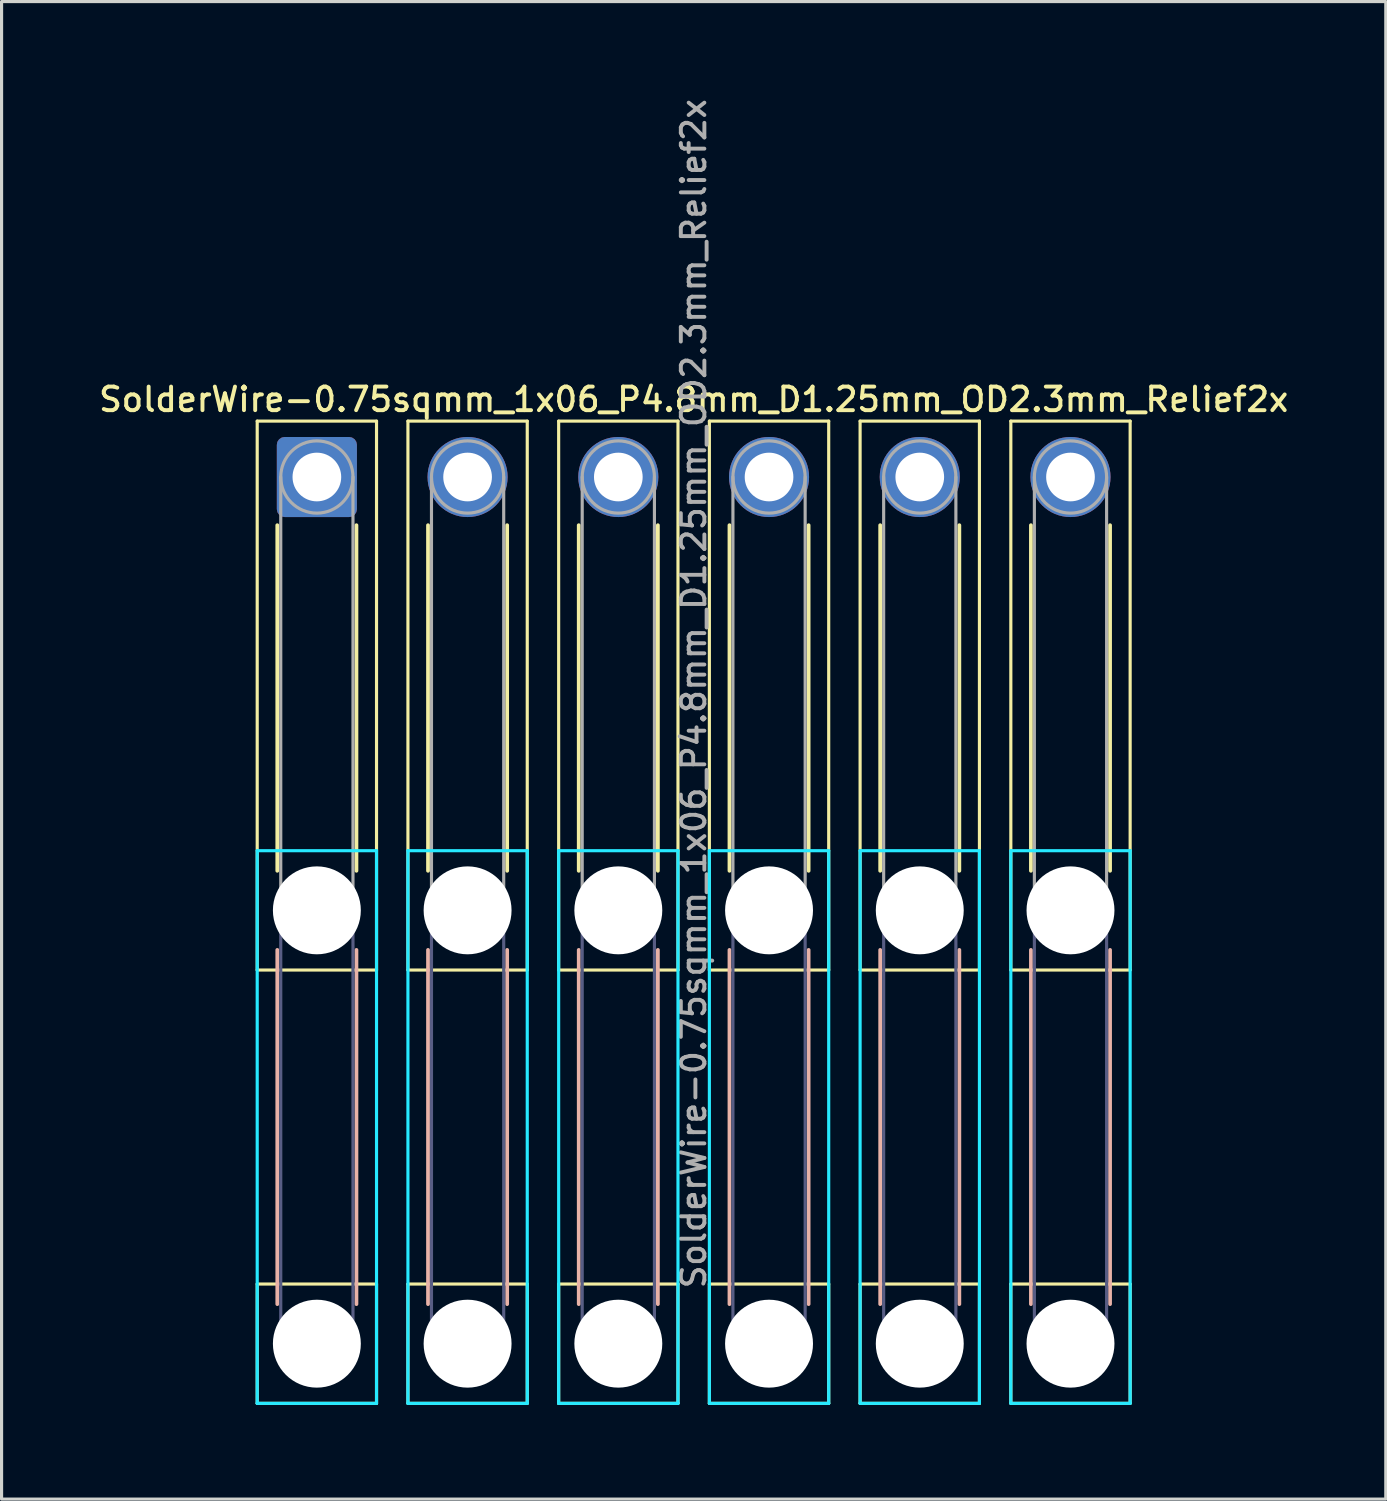
<source format=kicad_pcb>
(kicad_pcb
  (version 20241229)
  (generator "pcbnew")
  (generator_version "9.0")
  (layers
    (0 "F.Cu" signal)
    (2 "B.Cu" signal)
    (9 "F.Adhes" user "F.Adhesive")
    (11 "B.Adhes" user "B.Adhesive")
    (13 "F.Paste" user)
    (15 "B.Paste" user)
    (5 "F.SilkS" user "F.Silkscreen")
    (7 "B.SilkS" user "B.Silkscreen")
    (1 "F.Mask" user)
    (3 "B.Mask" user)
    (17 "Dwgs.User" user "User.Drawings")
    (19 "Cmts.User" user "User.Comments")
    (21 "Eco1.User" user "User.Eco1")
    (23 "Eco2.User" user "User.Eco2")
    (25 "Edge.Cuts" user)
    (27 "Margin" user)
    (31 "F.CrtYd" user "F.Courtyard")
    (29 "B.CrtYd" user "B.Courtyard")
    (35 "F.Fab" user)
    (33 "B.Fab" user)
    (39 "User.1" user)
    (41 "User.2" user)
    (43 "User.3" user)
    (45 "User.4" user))
  (footprint "SolderWire-0.75sqmm_1x06_P4.8mm_D1.25mm_OD2.3mm_Relief2x"
    (layer "F.Cu")
    (at 7.041 12.141)
    (property "Reference" "SolderWire-0.75sqmm_1x06_P4.8mm_D1.25mm_OD2.3mm_Relief2x" (at 12 -2.47 0) (layer "F.SilkS") (effects (font (size 0.75 0.75) (thickness 0.125))))
    (attr exclude_from_pos_files exclude_from_bom)
    (fp_line (start -1.9 -1.78) (end -1.9 15.7) (stroke (width 0.1) (type solid)) (layer "F.SilkS"))
    (fp_line (start -1.9 15.7) (end 1.9 15.7) (stroke (width 0.1) (type solid)) (layer "F.SilkS"))
    (fp_line (start -1.9 25.7) (end -1.9 29.5) (stroke (width 0.1) (type solid)) (layer "F.SilkS"))
    (fp_line (start -1.9 29.5) (end 1.9 29.5) (stroke (width 0.1) (type solid)) (layer "F.SilkS"))
    (fp_line (start -1.26 1.535) (end -1.26 12.54) (stroke (width 0.12) (type solid)) (layer "F.SilkS"))
    (fp_line (start 1.26 1.535) (end 1.26 12.54) (stroke (width 0.12) (type solid)) (layer "F.SilkS"))
    (fp_line (start 1.9 -1.78) (end -1.9 -1.78) (stroke (width 0.1) (type solid)) (layer "F.SilkS"))
    (fp_line (start 1.9 15.7) (end 1.9 -1.78) (stroke (width 0.1) (type solid)) (layer "F.SilkS"))
    (fp_line (start 1.9 25.7) (end -1.9 25.7) (stroke (width 0.1) (type solid)) (layer "F.SilkS"))
    (fp_line (start 1.9 29.5) (end 1.9 25.7) (stroke (width 0.1) (type solid)) (layer "F.SilkS"))
    (fp_line (start 2.9 -1.78) (end 2.9 15.7) (stroke (width 0.1) (type solid)) (layer "F.SilkS"))
    (fp_line (start 2.9 15.7) (end 6.7 15.7) (stroke (width 0.1) (type solid)) (layer "F.SilkS"))
    (fp_line (start 2.9 25.7) (end 2.9 29.5) (stroke (width 0.1) (type solid)) (layer "F.SilkS"))
    (fp_line (start 2.9 29.5) (end 6.7 29.5) (stroke (width 0.1) (type solid)) (layer "F.SilkS"))
    (fp_line (start 3.54 1.535) (end 3.54 12.54) (stroke (width 0.12) (type solid)) (layer "F.SilkS"))
    (fp_line (start 6.06 1.535) (end 6.06 12.54) (stroke (width 0.12) (type solid)) (layer "F.SilkS"))
    (fp_line (start 6.7 -1.78) (end 2.9 -1.78) (stroke (width 0.1) (type solid)) (layer "F.SilkS"))
    (fp_line (start 6.7 15.7) (end 6.7 -1.78) (stroke (width 0.1) (type solid)) (layer "F.SilkS"))
    (fp_line (start 6.7 25.7) (end 2.9 25.7) (stroke (width 0.1) (type solid)) (layer "F.SilkS"))
    (fp_line (start 6.7 29.5) (end 6.7 25.7) (stroke (width 0.1) (type solid)) (layer "F.SilkS"))
    (fp_line (start 7.7 -1.78) (end 7.7 15.7) (stroke (width 0.1) (type solid)) (layer "F.SilkS"))
    (fp_line (start 7.7 15.7) (end 11.5 15.7) (stroke (width 0.1) (type solid)) (layer "F.SilkS"))
    (fp_line (start 7.7 25.7) (end 7.7 29.5) (stroke (width 0.1) (type solid)) (layer "F.SilkS"))
    (fp_line (start 7.7 29.5) (end 11.5 29.5) (stroke (width 0.1) (type solid)) (layer "F.SilkS"))
    (fp_line (start 8.34 1.535) (end 8.34 12.54) (stroke (width 0.12) (type solid)) (layer "F.SilkS"))
    (fp_line (start 10.86 1.535) (end 10.86 12.54) (stroke (width 0.12) (type solid)) (layer "F.SilkS"))
    (fp_line (start 11.5 -1.78) (end 7.7 -1.78) (stroke (width 0.1) (type solid)) (layer "F.SilkS"))
    (fp_line (start 11.5 15.7) (end 11.5 -1.78) (stroke (width 0.1) (type solid)) (layer "F.SilkS"))
    (fp_line (start 11.5 25.7) (end 7.7 25.7) (stroke (width 0.1) (type solid)) (layer "F.SilkS"))
    (fp_line (start 11.5 29.5) (end 11.5 25.7) (stroke (width 0.1) (type solid)) (layer "F.SilkS"))
    (fp_line (start 12.5 -1.78) (end 12.5 15.7) (stroke (width 0.1) (type solid)) (layer "F.SilkS"))
    (fp_line (start 12.5 15.7) (end 16.3 15.7) (stroke (width 0.1) (type solid)) (layer "F.SilkS"))
    (fp_line (start 12.5 25.7) (end 12.5 29.5) (stroke (width 0.1) (type solid)) (layer "F.SilkS"))
    (fp_line (start 12.5 29.5) (end 16.3 29.5) (stroke (width 0.1) (type solid)) (layer "F.SilkS"))
    (fp_line (start 13.14 1.535) (end 13.14 12.54) (stroke (width 0.12) (type solid)) (layer "F.SilkS"))
    (fp_line (start 15.66 1.535) (end 15.66 12.54) (stroke (width 0.12) (type solid)) (layer "F.SilkS"))
    (fp_line (start 16.3 -1.78) (end 12.5 -1.78) (stroke (width 0.1) (type solid)) (layer "F.SilkS"))
    (fp_line (start 16.3 15.7) (end 16.3 -1.78) (stroke (width 0.1) (type solid)) (layer "F.SilkS"))
    (fp_line (start 16.3 25.7) (end 12.5 25.7) (stroke (width 0.1) (type solid)) (layer "F.SilkS"))
    (fp_line (start 16.3 29.5) (end 16.3 25.7) (stroke (width 0.1) (type solid)) (layer "F.SilkS"))
    (fp_line (start 17.3 -1.78) (end 17.3 15.7) (stroke (width 0.1) (type solid)) (layer "F.SilkS"))
    (fp_line (start 17.3 15.7) (end 21.1 15.7) (stroke (width 0.1) (type solid)) (layer "F.SilkS"))
    (fp_line (start 17.3 25.7) (end 17.3 29.5) (stroke (width 0.1) (type solid)) (layer "F.SilkS"))
    (fp_line (start 17.3 29.5) (end 21.1 29.5) (stroke (width 0.1) (type solid)) (layer "F.SilkS"))
    (fp_line (start 17.94 1.535) (end 17.94 12.54) (stroke (width 0.12) (type solid)) (layer "F.SilkS"))
    (fp_line (start 20.46 1.535) (end 20.46 12.54) (stroke (width 0.12) (type solid)) (layer "F.SilkS"))
    (fp_line (start 21.1 -1.78) (end 17.3 -1.78) (stroke (width 0.1) (type solid)) (layer "F.SilkS"))
    (fp_line (start 21.1 15.7) (end 21.1 -1.78) (stroke (width 0.1) (type solid)) (layer "F.SilkS"))
    (fp_line (start 21.1 25.7) (end 17.3 25.7) (stroke (width 0.1) (type solid)) (layer "F.SilkS"))
    (fp_line (start 21.1 29.5) (end 21.1 25.7) (stroke (width 0.1) (type solid)) (layer "F.SilkS"))
    (fp_line (start 22.1 -1.78) (end 22.1 15.7) (stroke (width 0.1) (type solid)) (layer "F.SilkS"))
    (fp_line (start 22.1 15.7) (end 25.9 15.7) (stroke (width 0.1) (type solid)) (layer "F.SilkS"))
    (fp_line (start 22.1 25.7) (end 22.1 29.5) (stroke (width 0.1) (type solid)) (layer "F.SilkS"))
    (fp_line (start 22.1 29.5) (end 25.9 29.5) (stroke (width 0.1) (type solid)) (layer "F.SilkS"))
    (fp_line (start 22.74 1.535) (end 22.74 12.54) (stroke (width 0.12) (type solid)) (layer "F.SilkS"))
    (fp_line (start 25.26 1.535) (end 25.26 12.54) (stroke (width 0.12) (type solid)) (layer "F.SilkS"))
    (fp_line (start 25.9 -1.78) (end 22.1 -1.78) (stroke (width 0.1) (type solid)) (layer "F.SilkS"))
    (fp_line (start 25.9 15.7) (end 25.9 -1.78) (stroke (width 0.1) (type solid)) (layer "F.SilkS"))
    (fp_line (start 25.9 25.7) (end 22.1 25.7) (stroke (width 0.1) (type solid)) (layer "F.SilkS"))
    (fp_line (start 25.9 29.5) (end 25.9 25.7) (stroke (width 0.1) (type solid)) (layer "F.SilkS"))
    (fp_line (start -1.26 15.06) (end -1.26 26.34) (stroke (width 0.12) (type solid)) (layer "B.SilkS"))
    (fp_line (start 1.26 15.06) (end 1.26 26.34) (stroke (width 0.12) (type solid)) (layer "B.SilkS"))
    (fp_line (start 3.54 15.06) (end 3.54 26.34) (stroke (width 0.12) (type solid)) (layer "B.SilkS"))
    (fp_line (start 6.06 15.06) (end 6.06 26.34) (stroke (width 0.12) (type solid)) (layer "B.SilkS"))
    (fp_line (start 8.34 15.06) (end 8.34 26.34) (stroke (width 0.12) (type solid)) (layer "B.SilkS"))
    (fp_line (start 10.86 15.06) (end 10.86 26.34) (stroke (width 0.12) (type solid)) (layer "B.SilkS"))
    (fp_line (start 13.14 15.06) (end 13.14 26.34) (stroke (width 0.12) (type solid)) (layer "B.SilkS"))
    (fp_line (start 15.66 15.06) (end 15.66 26.34) (stroke (width 0.12) (type solid)) (layer "B.SilkS"))
    (fp_line (start 17.94 15.06) (end 17.94 26.34) (stroke (width 0.12) (type solid)) (layer "B.SilkS"))
    (fp_line (start 20.46 15.06) (end 20.46 26.34) (stroke (width 0.12) (type solid)) (layer "B.SilkS"))
    (fp_line (start 22.74 15.06) (end 22.74 26.34) (stroke (width 0.12) (type solid)) (layer "B.SilkS"))
    (fp_line (start 25.26 15.06) (end 25.26 26.34) (stroke (width 0.12) (type solid)) (layer "B.SilkS"))
    (fp_line (start -1.9 11.9) (end -1.9 29.5) (stroke (width 0.1) (type solid)) (layer "B.CrtYd"))
    (fp_line (start -1.9 29.5) (end 1.9 29.5) (stroke (width 0.1) (type solid)) (layer "B.CrtYd"))
    (fp_line (start 1.9 11.9) (end -1.9 11.9) (stroke (width 0.1) (type solid)) (layer "B.CrtYd"))
    (fp_line (start 1.9 29.5) (end 1.9 11.9) (stroke (width 0.1) (type solid)) (layer "B.CrtYd"))
    (fp_line (start 2.9 11.9) (end 2.9 29.5) (stroke (width 0.1) (type solid)) (layer "B.CrtYd"))
    (fp_line (start 2.9 29.5) (end 6.7 29.5) (stroke (width 0.1) (type solid)) (layer "B.CrtYd"))
    (fp_line (start 6.7 11.9) (end 2.9 11.9) (stroke (width 0.1) (type solid)) (layer "B.CrtYd"))
    (fp_line (start 6.7 29.5) (end 6.7 11.9) (stroke (width 0.1) (type solid)) (layer "B.CrtYd"))
    (fp_line (start 7.7 11.9) (end 7.7 29.5) (stroke (width 0.1) (type solid)) (layer "B.CrtYd"))
    (fp_line (start 7.7 29.5) (end 11.5 29.5) (stroke (width 0.1) (type solid)) (layer "B.CrtYd"))
    (fp_line (start 11.5 11.9) (end 7.7 11.9) (stroke (width 0.1) (type solid)) (layer "B.CrtYd"))
    (fp_line (start 11.5 29.5) (end 11.5 11.9) (stroke (width 0.1) (type solid)) (layer "B.CrtYd"))
    (fp_line (start 12.5 11.9) (end 12.5 29.5) (stroke (width 0.1) (type solid)) (layer "B.CrtYd"))
    (fp_line (start 12.5 29.5) (end 16.3 29.5) (stroke (width 0.1) (type solid)) (layer "B.CrtYd"))
    (fp_line (start 16.3 11.9) (end 12.5 11.9) (stroke (width 0.1) (type solid)) (layer "B.CrtYd"))
    (fp_line (start 16.3 29.5) (end 16.3 11.9) (stroke (width 0.1) (type solid)) (layer "B.CrtYd"))
    (fp_line (start 17.3 11.9) (end 17.3 29.5) (stroke (width 0.1) (type solid)) (layer "B.CrtYd"))
    (fp_line (start 17.3 29.5) (end 21.1 29.5) (stroke (width 0.1) (type solid)) (layer "B.CrtYd"))
    (fp_line (start 21.1 11.9) (end 17.3 11.9) (stroke (width 0.1) (type solid)) (layer "B.CrtYd"))
    (fp_line (start 21.1 29.5) (end 21.1 11.9) (stroke (width 0.1) (type solid)) (layer "B.CrtYd"))
    (fp_line (start 22.1 11.9) (end 22.1 29.5) (stroke (width 0.1) (type solid)) (layer "B.CrtYd"))
    (fp_line (start 22.1 29.5) (end 25.9 29.5) (stroke (width 0.1) (type solid)) (layer "B.CrtYd"))
    (fp_line (start 25.9 11.9) (end 22.1 11.9) (stroke (width 0.1) (type solid)) (layer "B.CrtYd"))
    (fp_line (start 25.9 29.5) (end 25.9 11.9) (stroke (width 0.1) (type solid)) (layer "B.CrtYd"))
    (fp_line (start -1.15 13.8) (end -1.15 27.6) (stroke (width 0.1) (type solid)) (layer "B.Fab"))
    (fp_line (start 1.15 13.8) (end 1.15 27.6) (stroke (width 0.1) (type solid)) (layer "B.Fab"))
    (fp_line (start 3.65 13.8) (end 3.65 27.6) (stroke (width 0.1) (type solid)) (layer "B.Fab"))
    (fp_line (start 5.95 13.8) (end 5.95 27.6) (stroke (width 0.1) (type solid)) (layer "B.Fab"))
    (fp_line (start 8.45 13.8) (end 8.45 27.6) (stroke (width 0.1) (type solid)) (layer "B.Fab"))
    (fp_line (start 10.75 13.8) (end 10.75 27.6) (stroke (width 0.1) (type solid)) (layer "B.Fab"))
    (fp_line (start 13.25 13.8) (end 13.25 27.6) (stroke (width 0.1) (type solid)) (layer "B.Fab"))
    (fp_line (start 15.55 13.8) (end 15.55 27.6) (stroke (width 0.1) (type solid)) (layer "B.Fab"))
    (fp_line (start 18.05 13.8) (end 18.05 27.6) (stroke (width 0.1) (type solid)) (layer "B.Fab"))
    (fp_line (start 20.35 13.8) (end 20.35 27.6) (stroke (width 0.1) (type solid)) (layer "B.Fab"))
    (fp_line (start 22.85 13.8) (end 22.85 27.6) (stroke (width 0.1) (type solid)) (layer "B.Fab"))
    (fp_line (start 25.15 13.8) (end 25.15 27.6) (stroke (width 0.1) (type solid)) (layer "B.Fab"))
    (fp_circle (center 0 13.8) (end 1.15 13.8) (stroke (width 0.1) (type solid)) (fill no) (layer "B.Fab"))
    (fp_circle (center 0 27.6) (end 1.15 27.6) (stroke (width 0.1) (type solid)) (fill no) (layer "B.Fab"))
    (fp_circle (center 4.8 13.8) (end 5.95 13.8) (stroke (width 0.1) (type solid)) (fill no) (layer "B.Fab"))
    (fp_circle (center 4.8 27.6) (end 5.95 27.6) (stroke (width 0.1) (type solid)) (fill no) (layer "B.Fab"))
    (fp_circle (center 9.6 13.8) (end 10.75 13.8) (stroke (width 0.1) (type solid)) (fill no) (layer "B.Fab"))
    (fp_circle (center 9.6 27.6) (end 10.75 27.6) (stroke (width 0.1) (type solid)) (fill no) (layer "B.Fab"))
    (fp_circle (center 14.4 13.8) (end 15.55 13.8) (stroke (width 0.1) (type solid)) (fill no) (layer "B.Fab"))
    (fp_circle (center 14.4 27.6) (end 15.55 27.6) (stroke (width 0.1) (type solid)) (fill no) (layer "B.Fab"))
    (fp_circle (center 19.2 13.8) (end 20.35 13.8) (stroke (width 0.1) (type solid)) (fill no) (layer "B.Fab"))
    (fp_circle (center 19.2 27.6) (end 20.35 27.6) (stroke (width 0.1) (type solid)) (fill no) (layer "B.Fab"))
    (fp_circle (center 24 13.8) (end 25.15 13.8) (stroke (width 0.1) (type solid)) (fill no) (layer "B.Fab"))
    (fp_circle (center 24 27.6) (end 25.15 27.6) (stroke (width 0.1) (type solid)) (fill no) (layer "B.Fab"))
    (fp_line (start -1.15 0) (end -1.15 13.8) (stroke (width 0.1) (type solid)) (layer "F.Fab"))
    (fp_line (start 1.15 0) (end 1.15 13.8) (stroke (width 0.1) (type solid)) (layer "F.Fab"))
    (fp_line (start 3.65 0) (end 3.65 13.8) (stroke (width 0.1) (type solid)) (layer "F.Fab"))
    (fp_line (start 5.95 0) (end 5.95 13.8) (stroke (width 0.1) (type solid)) (layer "F.Fab"))
    (fp_line (start 8.45 0) (end 8.45 13.8) (stroke (width 0.1) (type solid)) (layer "F.Fab"))
    (fp_line (start 10.75 0) (end 10.75 13.8) (stroke (width 0.1) (type solid)) (layer "F.Fab"))
    (fp_line (start 13.25 0) (end 13.25 13.8) (stroke (width 0.1) (type solid)) (layer "F.Fab"))
    (fp_line (start 15.55 0) (end 15.55 13.8) (stroke (width 0.1) (type solid)) (layer "F.Fab"))
    (fp_line (start 18.05 0) (end 18.05 13.8) (stroke (width 0.1) (type solid)) (layer "F.Fab"))
    (fp_line (start 20.35 0) (end 20.35 13.8) (stroke (width 0.1) (type solid)) (layer "F.Fab"))
    (fp_line (start 22.85 0) (end 22.85 13.8) (stroke (width 0.1) (type solid)) (layer "F.Fab"))
    (fp_line (start 25.15 0) (end 25.15 13.8) (stroke (width 0.1) (type solid)) (layer "F.Fab"))
    (fp_circle (center 0 0) (end 1.15 0) (stroke (width 0.1) (type solid)) (fill no) (layer "F.Fab"))
    (fp_circle (center 0 13.8) (end 1.15 13.8) (stroke (width 0.1) (type solid)) (fill no) (layer "F.Fab"))
    (fp_circle (center 0 27.6) (end 1.15 27.6) (stroke (width 0.1) (type solid)) (fill no) (layer "F.Fab"))
    (fp_circle (center 4.8 0) (end 5.95 0) (stroke (width 0.1) (type solid)) (fill no) (layer "F.Fab"))
    (fp_circle (center 4.8 13.8) (end 5.95 13.8) (stroke (width 0.1) (type solid)) (fill no) (layer "F.Fab"))
    (fp_circle (center 4.8 27.6) (end 5.95 27.6) (stroke (width 0.1) (type solid)) (fill no) (layer "F.Fab"))
    (fp_circle (center 9.6 0) (end 10.75 0) (stroke (width 0.1) (type solid)) (fill no) (layer "F.Fab"))
    (fp_circle (center 9.6 13.8) (end 10.75 13.8) (stroke (width 0.1) (type solid)) (fill no) (layer "F.Fab"))
    (fp_circle (center 9.6 27.6) (end 10.75 27.6) (stroke (width 0.1) (type solid)) (fill no) (layer "F.Fab"))
    (fp_circle (center 14.4 0) (end 15.55 0) (stroke (width 0.1) (type solid)) (fill no) (layer "F.Fab"))
    (fp_circle (center 14.4 13.8) (end 15.55 13.8) (stroke (width 0.1) (type solid)) (fill no) (layer "F.Fab"))
    (fp_circle (center 14.4 27.6) (end 15.55 27.6) (stroke (width 0.1) (type solid)) (fill no) (layer "F.Fab"))
    (fp_circle (center 19.2 0) (end 20.35 0) (stroke (width 0.1) (type solid)) (fill no) (layer "F.Fab"))
    (fp_circle (center 19.2 13.8) (end 20.35 13.8) (stroke (width 0.1) (type solid)) (fill no) (layer "F.Fab"))
    (fp_circle (center 19.2 27.6) (end 20.35 27.6) (stroke (width 0.1) (type solid)) (fill no) (layer "F.Fab"))
    (fp_circle (center 24 0) (end 25.15 0) (stroke (width 0.1) (type solid)) (fill no) (layer "F.Fab"))
    (fp_circle (center 24 13.8) (end 25.15 13.8) (stroke (width 0.1) (type solid)) (fill no) (layer "F.Fab"))
    (fp_circle (center 24 27.6) (end 25.15 27.6) (stroke (width 0.1) (type solid)) (fill no) (layer "F.Fab"))
    (fp_text user "${REFERENCE}" (at 12 6.9 90) (layer "F.Fab") (effects (font (size 0.75 0.75) (thickness 0.125))))
    (pad "" np_thru_hole circle (at 0 13.8) (size 2.8 2.8) (drill 2.8) (layers "*.Cu" "*.Mask"))
    (pad "" np_thru_hole circle (at 0 27.6) (size 2.8 2.8) (drill 2.8) (layers "*.Cu" "*.Mask"))
    (pad "" np_thru_hole circle (at 4.8 13.8) (size 2.8 2.8) (drill 2.8) (layers "*.Cu" "*.Mask"))
    (pad "" np_thru_hole circle (at 4.8 27.6) (size 2.8 2.8) (drill 2.8) (layers "*.Cu" "*.Mask"))
    (pad "" np_thru_hole circle (at 9.6 13.8) (size 2.8 2.8) (drill 2.8) (layers "*.Cu" "*.Mask"))
    (pad "" np_thru_hole circle (at 9.6 27.6) (size 2.8 2.8) (drill 2.8) (layers "*.Cu" "*.Mask"))
    (pad "" np_thru_hole circle (at 14.4 13.8) (size 2.8 2.8) (drill 2.8) (layers "*.Cu" "*.Mask"))
    (pad "" np_thru_hole circle (at 14.4 27.6) (size 2.8 2.8) (drill 2.8) (layers "*.Cu" "*.Mask"))
    (pad "" np_thru_hole circle (at 19.2 13.8) (size 2.8 2.8) (drill 2.8) (layers "*.Cu" "*.Mask"))
    (pad "" np_thru_hole circle (at 19.2 27.6) (size 2.8 2.8) (drill 2.8) (layers "*.Cu" "*.Mask"))
    (pad "" np_thru_hole circle (at 24 13.8) (size 2.8 2.8) (drill 2.8) (layers "*.Cu" "*.Mask"))
    (pad "" np_thru_hole circle (at 24 27.6) (size 2.8 2.8) (drill 2.8) (layers "*.Cu" "*.Mask"))
    (pad "1" thru_hole roundrect (at 0 0) (size 2.55 2.55) (drill 1.55) (layers "*.Cu" "*.Mask") (roundrect_rratio 0.098))
    (pad "2" thru_hole circle (at 4.8 0) (size 2.55 2.55) (drill 1.55) (layers "*.Cu" "*.Mask"))
    (pad "3" thru_hole circle (at 9.6 0) (size 2.55 2.55) (drill 1.55) (layers "*.Cu" "*.Mask"))
    (pad "4" thru_hole circle (at 14.4 0) (size 2.55 2.55) (drill 1.55) (layers "*.Cu" "*.Mask"))
    (pad "5" thru_hole circle (at 19.2 0) (size 2.55 2.55) (drill 1.55) (layers "*.Cu" "*.Mask"))
    (pad "6" thru_hole circle (at 24 0) (size 2.55 2.55) (drill 1.55) (layers "*.Cu" "*.Mask")))
  (gr_rect
    (start -3 -3)
    (end 41.082 44.691)
    (stroke (width 0.1) (type default))
    (fill no)
    (layer "Edge.Cuts")))
</source>
